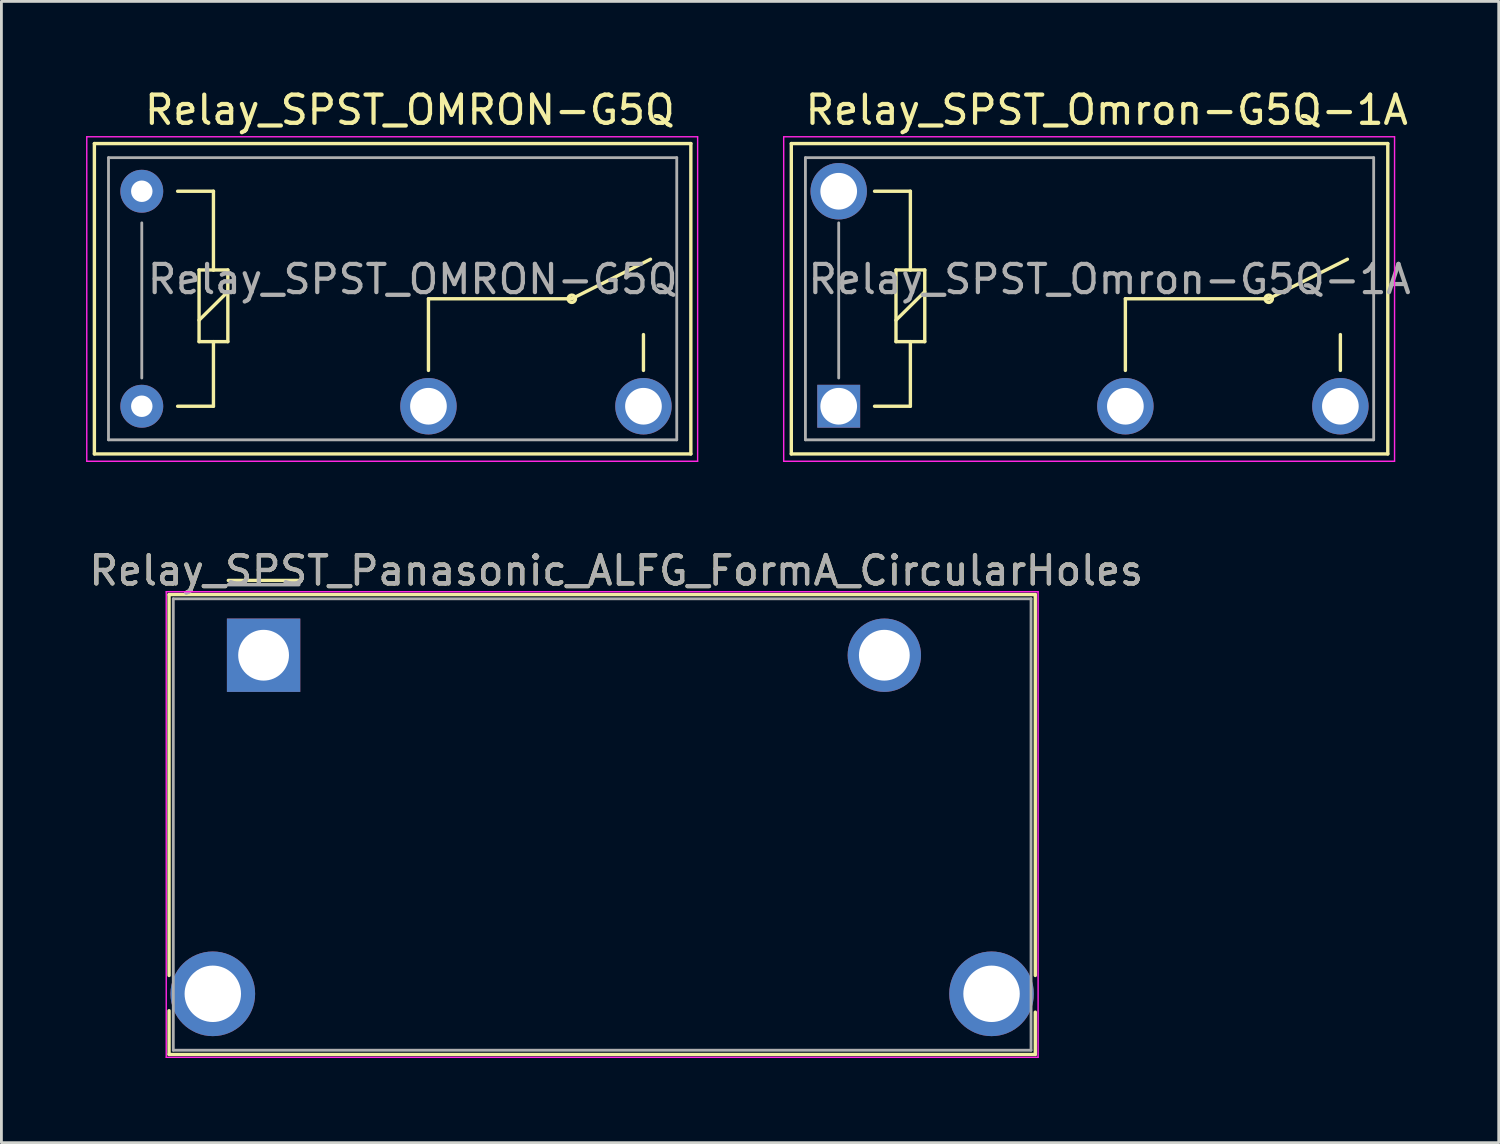
<source format=kicad_pcb>
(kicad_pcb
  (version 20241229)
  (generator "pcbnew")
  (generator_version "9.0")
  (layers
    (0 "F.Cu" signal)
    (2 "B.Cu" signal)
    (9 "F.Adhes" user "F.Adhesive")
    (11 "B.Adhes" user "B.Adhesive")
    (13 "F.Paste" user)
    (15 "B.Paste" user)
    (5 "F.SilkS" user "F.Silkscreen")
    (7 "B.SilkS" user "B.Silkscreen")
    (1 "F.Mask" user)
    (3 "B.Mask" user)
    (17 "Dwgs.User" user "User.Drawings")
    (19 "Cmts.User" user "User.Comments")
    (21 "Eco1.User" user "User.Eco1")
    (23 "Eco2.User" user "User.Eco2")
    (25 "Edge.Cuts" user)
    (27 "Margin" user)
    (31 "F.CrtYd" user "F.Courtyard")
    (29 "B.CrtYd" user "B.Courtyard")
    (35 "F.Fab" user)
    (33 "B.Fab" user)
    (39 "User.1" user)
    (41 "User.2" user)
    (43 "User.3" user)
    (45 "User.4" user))
  (footprint "Relay_SPST_Omron-G5Q-1A"
    (layer "F.Cu")
    (at 26.675 11.348)
    (property "Reference" "Relay_SPST_Omron-G5Q-1A" (at 9.5 -10.5 180) (layer "F.SilkS") (effects (font (size 1 1) (thickness 0.15))))
    (attr through_hole)
    (fp_line (start -1.68 -9.31) (end 19.46 -9.31) (stroke (width 0.12) (type solid)) (layer "F.SilkS"))
    (fp_line (start -1.68 1.69) (end -1.68 -9.31) (stroke (width 0.12) (type solid)) (layer "F.SilkS"))
    (fp_line (start -1.68 1.69) (end 19.46 1.69) (stroke (width 0.12) (type solid)) (layer "F.SilkS"))
    (fp_line (start 1.27 0) (end 2.54 0) (stroke (width 0.12) (type solid)) (layer "F.SilkS"))
    (fp_line (start 2.03 -4.83) (end 2.54 -4.83) (stroke (width 0.12) (type solid)) (layer "F.SilkS"))
    (fp_line (start 2.03 -3.05) (end 3.05 -4.06) (stroke (width 0.12) (type solid)) (layer "F.SilkS"))
    (fp_line (start 2.03 -2.29) (end 2.03 -4.83) (stroke (width 0.12) (type solid)) (layer "F.SilkS"))
    (fp_line (start 2.54 -7.62) (end 1.27 -7.62) (stroke (width 0.12) (type solid)) (layer "F.SilkS"))
    (fp_line (start 2.54 -4.83) (end 2.54 -7.62) (stroke (width 0.12) (type solid)) (layer "F.SilkS"))
    (fp_line (start 2.54 -4.83) (end 3.05 -4.83) (stroke (width 0.12) (type solid)) (layer "F.SilkS"))
    (fp_line (start 2.54 -2.29) (end 2.03 -2.29) (stroke (width 0.12) (type solid)) (layer "F.SilkS"))
    (fp_line (start 2.54 0) (end 2.54 -2.29) (stroke (width 0.12) (type solid)) (layer "F.SilkS"))
    (fp_line (start 3.05 -4.83) (end 3.05 -2.29) (stroke (width 0.12) (type solid)) (layer "F.SilkS"))
    (fp_line (start 3.05 -2.29) (end 2.54 -2.29) (stroke (width 0.12) (type solid)) (layer "F.SilkS"))
    (fp_line (start 10.16 -3.81) (end 15.24 -3.81) (stroke (width 0.12) (type solid)) (layer "F.SilkS"))
    (fp_line (start 10.16 -1.27) (end 10.16 -3.81) (stroke (width 0.12) (type solid)) (layer "F.SilkS"))
    (fp_line (start 15.24 -3.81) (end 18.03 -5.21) (stroke (width 0.12) (type solid)) (layer "F.SilkS"))
    (fp_line (start 17.78 -1.27) (end 17.78 -2.54) (stroke (width 0.12) (type solid)) (layer "F.SilkS"))
    (fp_line (start 19.46 1.69) (end 19.46 -9.31) (stroke (width 0.12) (type solid)) (layer "F.SilkS"))
    (fp_circle (center 15.24 -3.81) (end 15.24 -3.68) (stroke (width 0.12) (type solid)) (fill no) (layer "F.SilkS"))
    (fp_line (start -1.95 -9.55) (end 19.7 -9.55) (stroke (width 0.05) (type solid)) (layer "F.CrtYd"))
    (fp_line (start -1.95 1.95) (end -1.95 -9.55) (stroke (width 0.05) (type solid)) (layer "F.CrtYd"))
    (fp_line (start 19.7 -9.55) (end 19.7 1.95) (stroke (width 0.05) (type solid)) (layer "F.CrtYd"))
    (fp_line (start 19.7 1.95) (end -1.95 1.95) (stroke (width 0.05) (type solid)) (layer "F.CrtYd"))
    (fp_line (start -1.18 -8.81) (end 18.96 -8.81) (stroke (width 0.1) (type solid)) (layer "F.Fab"))
    (fp_line (start -1.18 1.19) (end -1.18 -8.81) (stroke (width 0.1) (type solid)) (layer "F.Fab"))
    (fp_line (start 0 -1) (end 0 -6.5) (stroke (width 0.1) (type solid)) (layer "F.Fab"))
    (fp_line (start 18.96 -8.81) (end 18.96 1.19) (stroke (width 0.1) (type solid)) (layer "F.Fab"))
    (fp_line (start 18.96 1.19) (end -1.18 1.19) (stroke (width 0.1) (type solid)) (layer "F.Fab"))
    (fp_text user "${REFERENCE}" (at 9.6 -4.5 0) (layer "F.Fab") (effects (font (size 1 1) (thickness 0.15))))
    (pad "1" thru_hole rect (at 0 0 180) (size 1.52 1.52) (drill 1.3) (layers "*.Cu" "*.Mask"))
    (pad "2" thru_hole circle (at 10.16 0 180) (size 2 2) (drill 1.3) (layers "*.Cu" "*.Mask"))
    (pad "3" thru_hole circle (at 17.78 0 180) (size 2 2) (drill 1.3) (layers "*.Cu" "*.Mask"))
    (pad "5" thru_hole circle (at 0 -7.62 180) (size 2 2) (drill 1.3) (layers "*.Cu" "*.Mask")))
  (footprint "Relay_SPST_OMRON-G5Q"
    (layer "F.Cu")
    (at 1.975 11.348)
    (property "Reference" "Relay_SPST_OMRON-G5Q" (at 9.5 -10.5 180) (layer "F.SilkS") (effects (font (size 1 1) (thickness 0.15))))
    (attr through_hole)
    (fp_line (start -1.68 -9.31) (end 19.46 -9.31) (stroke (width 0.12) (type solid)) (layer "F.SilkS"))
    (fp_line (start -1.68 1.69) (end -1.68 -9.31) (stroke (width 0.12) (type solid)) (layer "F.SilkS"))
    (fp_line (start -1.68 1.69) (end 19.46 1.69) (stroke (width 0.12) (type solid)) (layer "F.SilkS"))
    (fp_line (start 1.27 0) (end 2.54 0) (stroke (width 0.12) (type solid)) (layer "F.SilkS"))
    (fp_line (start 2.03 -4.83) (end 2.54 -4.83) (stroke (width 0.12) (type solid)) (layer "F.SilkS"))
    (fp_line (start 2.03 -3.05) (end 3.05 -4.06) (stroke (width 0.12) (type solid)) (layer "F.SilkS"))
    (fp_line (start 2.03 -2.29) (end 2.03 -4.83) (stroke (width 0.12) (type solid)) (layer "F.SilkS"))
    (fp_line (start 2.54 -7.62) (end 1.27 -7.62) (stroke (width 0.12) (type solid)) (layer "F.SilkS"))
    (fp_line (start 2.54 -4.83) (end 2.54 -7.62) (stroke (width 0.12) (type solid)) (layer "F.SilkS"))
    (fp_line (start 2.54 -4.83) (end 3.05 -4.83) (stroke (width 0.12) (type solid)) (layer "F.SilkS"))
    (fp_line (start 2.54 -2.29) (end 2.03 -2.29) (stroke (width 0.12) (type solid)) (layer "F.SilkS"))
    (fp_line (start 2.54 0) (end 2.54 -2.29) (stroke (width 0.12) (type solid)) (layer "F.SilkS"))
    (fp_line (start 3.05 -4.83) (end 3.05 -2.29) (stroke (width 0.12) (type solid)) (layer "F.SilkS"))
    (fp_line (start 3.05 -2.29) (end 2.54 -2.29) (stroke (width 0.12) (type solid)) (layer "F.SilkS"))
    (fp_line (start 10.16 -3.81) (end 15.24 -3.81) (stroke (width 0.12) (type solid)) (layer "F.SilkS"))
    (fp_line (start 10.16 -1.27) (end 10.16 -3.81) (stroke (width 0.12) (type solid)) (layer "F.SilkS"))
    (fp_line (start 15.24 -3.81) (end 18.03 -5.21) (stroke (width 0.12) (type solid)) (layer "F.SilkS"))
    (fp_line (start 17.78 -1.27) (end 17.78 -2.54) (stroke (width 0.12) (type solid)) (layer "F.SilkS"))
    (fp_line (start 19.46 1.69) (end 19.46 -9.31) (stroke (width 0.12) (type solid)) (layer "F.SilkS"))
    (fp_circle (center 15.24 -3.81) (end 15.24 -3.68) (stroke (width 0.12) (type solid)) (fill no) (layer "F.SilkS"))
    (fp_line (start -1.95 -9.55) (end 19.7 -9.55) (stroke (width 0.05) (type solid)) (layer "F.CrtYd"))
    (fp_line (start -1.95 1.95) (end -1.95 -9.55) (stroke (width 0.05) (type solid)) (layer "F.CrtYd"))
    (fp_line (start 19.7 -9.55) (end 19.7 1.95) (stroke (width 0.05) (type solid)) (layer "F.CrtYd"))
    (fp_line (start 19.7 1.95) (end -1.95 1.95) (stroke (width 0.05) (type solid)) (layer "F.CrtYd"))
    (fp_line (start -1.18 -8.81) (end 18.96 -8.81) (stroke (width 0.1) (type solid)) (layer "F.Fab"))
    (fp_line (start -1.18 1.19) (end -1.18 -8.81) (stroke (width 0.1) (type solid)) (layer "F.Fab"))
    (fp_line (start 0 -1) (end 0 -6.5) (stroke (width 0.1) (type solid)) (layer "F.Fab"))
    (fp_line (start 18.96 -8.81) (end 18.96 1.19) (stroke (width 0.1) (type solid)) (layer "F.Fab"))
    (fp_line (start 18.96 1.19) (end -1.18 1.19) (stroke (width 0.1) (type solid)) (layer "F.Fab"))
    (fp_text user "${REFERENCE}" (at 9.6 -4.5 0) (layer "F.Fab") (effects (font (size 1 1) (thickness 0.15))))
    (pad "1" thru_hole circle (at 0 0 180) (size 1.52 1.52) (drill 0.76) (layers "*.Cu" "*.Mask"))
    (pad "2" thru_hole circle (at 10.16 0 180) (size 2 2) (drill 1.3) (layers "*.Cu" "*.Mask"))
    (pad "3" thru_hole circle (at 17.78 0 180) (size 2 2) (drill 1.3) (layers "*.Cu" "*.Mask"))
    (pad "5" thru_hole circle (at 0 -7.62 180) (size 1.52 1.52) (drill 0.76) (layers "*.Cu" "*.Mask")))
  (footprint "Relay_SPST_Panasonic_ALFG_FormA_CircularHoles"
    (layer "F.Cu")
    (at 6.292 20.172)
    (property "Reference" "Relay_SPST_Panasonic_ALFG_FormA_CircularHoles" (at 12.5 -3 0) (layer "F.SilkS") (effects (font (size 1 1) (thickness 0.15))))
    (attr through_hole)
    (fp_line (start -3.35 -2.15) (end -3.35 11.35) (stroke (width 0.12) (type solid)) (layer "F.SilkS"))
    (fp_line (start -3.35 14.15) (end -3.35 12.6) (stroke (width 0.12) (type solid)) (layer "F.SilkS"))
    (fp_line (start -3.35 14.15) (end 27.35 14.15) (stroke (width 0.12) (type solid)) (layer "F.SilkS"))
    (fp_line (start -1.25 -2.65) (end 1.25 -2.65) (stroke (width 0.12) (type solid)) (layer "F.SilkS"))
    (fp_line (start 27.35 -2.15) (end -3.35 -2.15) (stroke (width 0.12) (type solid)) (layer "F.SilkS"))
    (fp_line (start 27.35 11.35) (end 27.35 -2.15) (stroke (width 0.12) (type solid)) (layer "F.SilkS"))
    (fp_line (start 27.35 14.15) (end 27.35 12.65) (stroke (width 0.12) (type solid)) (layer "F.SilkS"))
    (fp_line (start -3.45 -2.25) (end -3.45 14.25) (stroke (width 0.05) (type solid)) (layer "F.CrtYd"))
    (fp_line (start -3.45 -2.25) (end 27.45 -2.25) (stroke (width 0.05) (type solid)) (layer "F.CrtYd"))
    (fp_line (start -3.45 14.25) (end 27.45 14.25) (stroke (width 0.05) (type solid)) (layer "F.CrtYd"))
    (fp_line (start 27.45 -2.25) (end 27.45 14.25) (stroke (width 0.05) (type solid)) (layer "F.CrtYd"))
    (fp_line (start -3.2 -2) (end 27.2 -2) (stroke (width 0.1) (type solid)) (layer "F.Fab"))
    (fp_line (start -3.2 14) (end -3.2 -2) (stroke (width 0.1) (type solid)) (layer "F.Fab"))
    (fp_line (start -1.25 -2.5) (end 1.25 -2.5) (stroke (width 0.12) (type solid)) (layer "F.Fab"))
    (fp_line (start 27.2 -2) (end 27.2 14) (stroke (width 0.1) (type solid)) (layer "F.Fab"))
    (fp_line (start 27.2 14) (end -3.2 14) (stroke (width 0.1) (type solid)) (layer "F.Fab"))
    (fp_text user "${REFERENCE}" (at 12.5 -3 0) (layer "F.Fab") (effects (font (size 1 1) (thickness 0.15))))
    (pad "1" thru_hole rect (at 0 0) (size 2.6 2.6) (drill 1.8) (layers "*.Cu" "*.Mask"))
    (pad "2" thru_hole circle (at 22 0) (size 2.6 2.6) (drill 1.8) (layers "*.Cu" "*.Mask"))
    (pad "3" thru_hole circle (at -1.8 12) (size 3 3) (drill 2) (layers "*.Cu" "*.Mask"))
    (pad "4" thru_hole circle (at 25.8 12) (size 3 3) (drill 2) (layers "*.Cu" "*.Mask")))
  (gr_rect
    (start -3 -3)
    (end 50.067 37.447)
    (stroke (width 0.1) (type default))
    (fill no)
    (layer "Edge.Cuts")))
</source>
